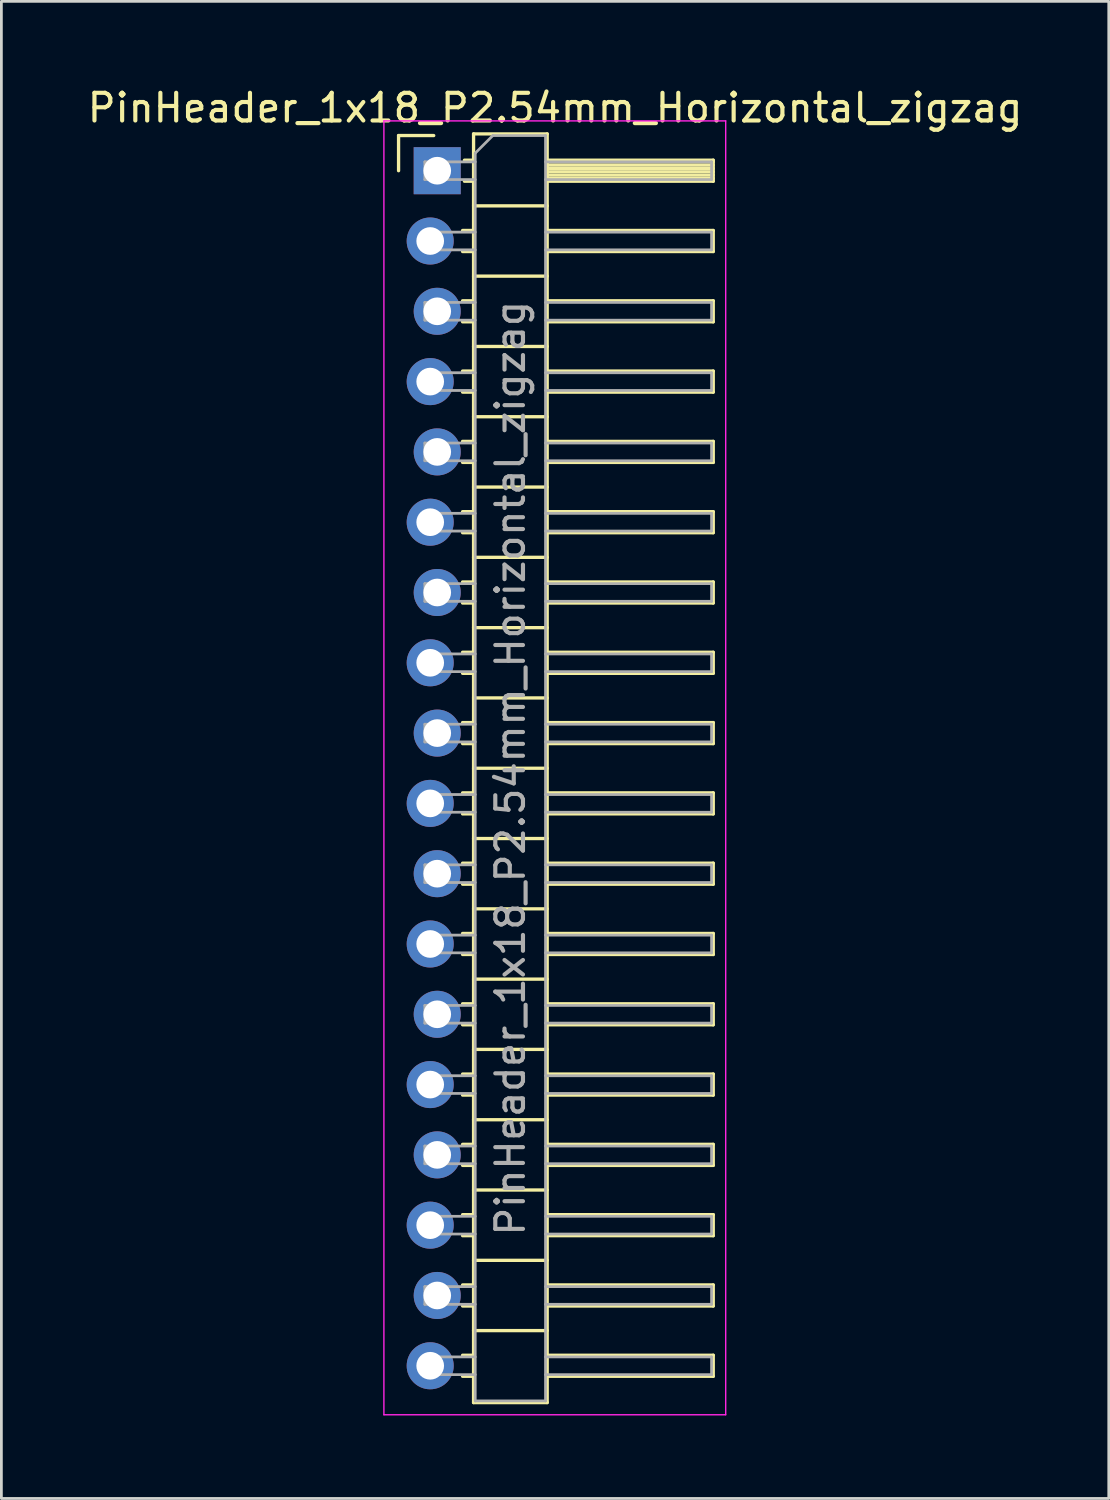
<source format=kicad_pcb>
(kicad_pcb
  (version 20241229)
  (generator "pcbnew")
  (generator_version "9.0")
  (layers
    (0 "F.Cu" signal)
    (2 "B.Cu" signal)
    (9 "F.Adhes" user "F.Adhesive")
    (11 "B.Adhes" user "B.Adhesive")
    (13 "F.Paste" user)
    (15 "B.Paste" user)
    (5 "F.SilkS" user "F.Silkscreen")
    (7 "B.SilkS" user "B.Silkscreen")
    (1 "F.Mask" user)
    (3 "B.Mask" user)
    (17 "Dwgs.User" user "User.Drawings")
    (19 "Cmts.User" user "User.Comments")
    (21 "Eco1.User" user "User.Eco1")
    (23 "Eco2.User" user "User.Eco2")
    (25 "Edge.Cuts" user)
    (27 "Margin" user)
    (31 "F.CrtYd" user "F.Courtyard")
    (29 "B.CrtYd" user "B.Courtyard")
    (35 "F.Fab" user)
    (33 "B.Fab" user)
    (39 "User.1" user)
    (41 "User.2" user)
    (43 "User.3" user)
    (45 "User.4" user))
  (footprint "PinHeader_1x18_P2.54mm_Horizontal_zigzag"
    (layer "F.Cu")
    (at 12.621 3.118)
    (property "Reference" "PinHeader_1x18_P2.54mm_Horizontal_zigzag" (at 4.385 -2.27 0) (layer "F.SilkS") (effects (font (size 1 1) (thickness 0.15))))
    (attr through_hole)
    (fp_line (start -1.27 -1.27) (end 0 -1.27) (stroke (width 0.12) (type solid)) (layer "F.SilkS"))
    (fp_line (start -1.27 0) (end -1.27 -1.27) (stroke (width 0.12) (type solid)) (layer "F.SilkS"))
    (fp_line (start 1.043 2.16) (end 1.44 2.16) (stroke (width 0.12) (type solid)) (layer "F.SilkS"))
    (fp_line (start 1.043 2.92) (end 1.44 2.92) (stroke (width 0.12) (type solid)) (layer "F.SilkS"))
    (fp_line (start 1.043 4.7) (end 1.44 4.7) (stroke (width 0.12) (type solid)) (layer "F.SilkS"))
    (fp_line (start 1.043 5.46) (end 1.44 5.46) (stroke (width 0.12) (type solid)) (layer "F.SilkS"))
    (fp_line (start 1.043 7.24) (end 1.44 7.24) (stroke (width 0.12) (type solid)) (layer "F.SilkS"))
    (fp_line (start 1.043 8) (end 1.44 8) (stroke (width 0.12) (type solid)) (layer "F.SilkS"))
    (fp_line (start 1.043 9.78) (end 1.44 9.78) (stroke (width 0.12) (type solid)) (layer "F.SilkS"))
    (fp_line (start 1.043 10.54) (end 1.44 10.54) (stroke (width 0.12) (type solid)) (layer "F.SilkS"))
    (fp_line (start 1.043 12.32) (end 1.44 12.32) (stroke (width 0.12) (type solid)) (layer "F.SilkS"))
    (fp_line (start 1.043 13.08) (end 1.44 13.08) (stroke (width 0.12) (type solid)) (layer "F.SilkS"))
    (fp_line (start 1.043 14.86) (end 1.44 14.86) (stroke (width 0.12) (type solid)) (layer "F.SilkS"))
    (fp_line (start 1.043 15.62) (end 1.44 15.62) (stroke (width 0.12) (type solid)) (layer "F.SilkS"))
    (fp_line (start 1.043 17.4) (end 1.44 17.4) (stroke (width 0.12) (type solid)) (layer "F.SilkS"))
    (fp_line (start 1.043 18.16) (end 1.44 18.16) (stroke (width 0.12) (type solid)) (layer "F.SilkS"))
    (fp_line (start 1.043 19.94) (end 1.44 19.94) (stroke (width 0.12) (type solid)) (layer "F.SilkS"))
    (fp_line (start 1.043 20.7) (end 1.44 20.7) (stroke (width 0.12) (type solid)) (layer "F.SilkS"))
    (fp_line (start 1.043 22.48) (end 1.44 22.48) (stroke (width 0.12) (type solid)) (layer "F.SilkS"))
    (fp_line (start 1.043 23.24) (end 1.44 23.24) (stroke (width 0.12) (type solid)) (layer "F.SilkS"))
    (fp_line (start 1.043 25.02) (end 1.44 25.02) (stroke (width 0.12) (type solid)) (layer "F.SilkS"))
    (fp_line (start 1.043 25.78) (end 1.44 25.78) (stroke (width 0.12) (type solid)) (layer "F.SilkS"))
    (fp_line (start 1.043 27.56) (end 1.44 27.56) (stroke (width 0.12) (type solid)) (layer "F.SilkS"))
    (fp_line (start 1.043 28.32) (end 1.44 28.32) (stroke (width 0.12) (type solid)) (layer "F.SilkS"))
    (fp_line (start 1.043 30.1) (end 1.44 30.1) (stroke (width 0.12) (type solid)) (layer "F.SilkS"))
    (fp_line (start 1.043 30.86) (end 1.44 30.86) (stroke (width 0.12) (type solid)) (layer "F.SilkS"))
    (fp_line (start 1.043 32.64) (end 1.44 32.64) (stroke (width 0.12) (type solid)) (layer "F.SilkS"))
    (fp_line (start 1.043 33.4) (end 1.44 33.4) (stroke (width 0.12) (type solid)) (layer "F.SilkS"))
    (fp_line (start 1.043 35.18) (end 1.44 35.18) (stroke (width 0.12) (type solid)) (layer "F.SilkS"))
    (fp_line (start 1.043 35.94) (end 1.44 35.94) (stroke (width 0.12) (type solid)) (layer "F.SilkS"))
    (fp_line (start 1.043 37.72) (end 1.44 37.72) (stroke (width 0.12) (type solid)) (layer "F.SilkS"))
    (fp_line (start 1.043 38.48) (end 1.44 38.48) (stroke (width 0.12) (type solid)) (layer "F.SilkS"))
    (fp_line (start 1.043 40.26) (end 1.44 40.26) (stroke (width 0.12) (type solid)) (layer "F.SilkS"))
    (fp_line (start 1.043 41.02) (end 1.44 41.02) (stroke (width 0.12) (type solid)) (layer "F.SilkS"))
    (fp_line (start 1.043 42.8) (end 1.44 42.8) (stroke (width 0.12) (type solid)) (layer "F.SilkS"))
    (fp_line (start 1.043 43.56) (end 1.44 43.56) (stroke (width 0.12) (type solid)) (layer "F.SilkS"))
    (fp_line (start 1.11 -0.38) (end 1.44 -0.38) (stroke (width 0.12) (type solid)) (layer "F.SilkS"))
    (fp_line (start 1.11 0.38) (end 1.44 0.38) (stroke (width 0.12) (type solid)) (layer "F.SilkS"))
    (fp_line (start 1.44 -1.33) (end 1.44 44.51) (stroke (width 0.12) (type solid)) (layer "F.SilkS"))
    (fp_line (start 1.44 1.27) (end 4.1 1.27) (stroke (width 0.12) (type solid)) (layer "F.SilkS"))
    (fp_line (start 1.44 3.81) (end 4.1 3.81) (stroke (width 0.12) (type solid)) (layer "F.SilkS"))
    (fp_line (start 1.44 6.35) (end 4.1 6.35) (stroke (width 0.12) (type solid)) (layer "F.SilkS"))
    (fp_line (start 1.44 8.89) (end 4.1 8.89) (stroke (width 0.12) (type solid)) (layer "F.SilkS"))
    (fp_line (start 1.44 11.43) (end 4.1 11.43) (stroke (width 0.12) (type solid)) (layer "F.SilkS"))
    (fp_line (start 1.44 13.97) (end 4.1 13.97) (stroke (width 0.12) (type solid)) (layer "F.SilkS"))
    (fp_line (start 1.44 16.51) (end 4.1 16.51) (stroke (width 0.12) (type solid)) (layer "F.SilkS"))
    (fp_line (start 1.44 19.05) (end 4.1 19.05) (stroke (width 0.12) (type solid)) (layer "F.SilkS"))
    (fp_line (start 1.44 21.59) (end 4.1 21.59) (stroke (width 0.12) (type solid)) (layer "F.SilkS"))
    (fp_line (start 1.44 24.13) (end 4.1 24.13) (stroke (width 0.12) (type solid)) (layer "F.SilkS"))
    (fp_line (start 1.44 26.67) (end 4.1 26.67) (stroke (width 0.12) (type solid)) (layer "F.SilkS"))
    (fp_line (start 1.44 29.21) (end 4.1 29.21) (stroke (width 0.12) (type solid)) (layer "F.SilkS"))
    (fp_line (start 1.44 31.75) (end 4.1 31.75) (stroke (width 0.12) (type solid)) (layer "F.SilkS"))
    (fp_line (start 1.44 34.29) (end 4.1 34.29) (stroke (width 0.12) (type solid)) (layer "F.SilkS"))
    (fp_line (start 1.44 36.83) (end 4.1 36.83) (stroke (width 0.12) (type solid)) (layer "F.SilkS"))
    (fp_line (start 1.44 39.37) (end 4.1 39.37) (stroke (width 0.12) (type solid)) (layer "F.SilkS"))
    (fp_line (start 1.44 41.91) (end 4.1 41.91) (stroke (width 0.12) (type solid)) (layer "F.SilkS"))
    (fp_line (start 1.44 44.51) (end 4.1 44.51) (stroke (width 0.12) (type solid)) (layer "F.SilkS"))
    (fp_line (start 4.1 -1.33) (end 1.44 -1.33) (stroke (width 0.12) (type solid)) (layer "F.SilkS"))
    (fp_line (start 4.1 -0.38) (end 10.1 -0.38) (stroke (width 0.12) (type solid)) (layer "F.SilkS"))
    (fp_line (start 4.1 -0.32) (end 10.1 -0.32) (stroke (width 0.12) (type solid)) (layer "F.SilkS"))
    (fp_line (start 4.1 -0.2) (end 10.1 -0.2) (stroke (width 0.12) (type solid)) (layer "F.SilkS"))
    (fp_line (start 4.1 -0.08) (end 10.1 -0.08) (stroke (width 0.12) (type solid)) (layer "F.SilkS"))
    (fp_line (start 4.1 0.04) (end 10.1 0.04) (stroke (width 0.12) (type solid)) (layer "F.SilkS"))
    (fp_line (start 4.1 0.16) (end 10.1 0.16) (stroke (width 0.12) (type solid)) (layer "F.SilkS"))
    (fp_line (start 4.1 0.28) (end 10.1 0.28) (stroke (width 0.12) (type solid)) (layer "F.SilkS"))
    (fp_line (start 4.1 2.16) (end 10.1 2.16) (stroke (width 0.12) (type solid)) (layer "F.SilkS"))
    (fp_line (start 4.1 4.7) (end 10.1 4.7) (stroke (width 0.12) (type solid)) (layer "F.SilkS"))
    (fp_line (start 4.1 7.24) (end 10.1 7.24) (stroke (width 0.12) (type solid)) (layer "F.SilkS"))
    (fp_line (start 4.1 9.78) (end 10.1 9.78) (stroke (width 0.12) (type solid)) (layer "F.SilkS"))
    (fp_line (start 4.1 12.32) (end 10.1 12.32) (stroke (width 0.12) (type solid)) (layer "F.SilkS"))
    (fp_line (start 4.1 14.86) (end 10.1 14.86) (stroke (width 0.12) (type solid)) (layer "F.SilkS"))
    (fp_line (start 4.1 17.4) (end 10.1 17.4) (stroke (width 0.12) (type solid)) (layer "F.SilkS"))
    (fp_line (start 4.1 19.94) (end 10.1 19.94) (stroke (width 0.12) (type solid)) (layer "F.SilkS"))
    (fp_line (start 4.1 22.48) (end 10.1 22.48) (stroke (width 0.12) (type solid)) (layer "F.SilkS"))
    (fp_line (start 4.1 25.02) (end 10.1 25.02) (stroke (width 0.12) (type solid)) (layer "F.SilkS"))
    (fp_line (start 4.1 27.56) (end 10.1 27.56) (stroke (width 0.12) (type solid)) (layer "F.SilkS"))
    (fp_line (start 4.1 30.1) (end 10.1 30.1) (stroke (width 0.12) (type solid)) (layer "F.SilkS"))
    (fp_line (start 4.1 32.64) (end 10.1 32.64) (stroke (width 0.12) (type solid)) (layer "F.SilkS"))
    (fp_line (start 4.1 35.18) (end 10.1 35.18) (stroke (width 0.12) (type solid)) (layer "F.SilkS"))
    (fp_line (start 4.1 37.72) (end 10.1 37.72) (stroke (width 0.12) (type solid)) (layer "F.SilkS"))
    (fp_line (start 4.1 40.26) (end 10.1 40.26) (stroke (width 0.12) (type solid)) (layer "F.SilkS"))
    (fp_line (start 4.1 42.8) (end 10.1 42.8) (stroke (width 0.12) (type solid)) (layer "F.SilkS"))
    (fp_line (start 4.1 44.51) (end 4.1 -1.33) (stroke (width 0.12) (type solid)) (layer "F.SilkS"))
    (fp_line (start 10.1 -0.38) (end 10.1 0.38) (stroke (width 0.12) (type solid)) (layer "F.SilkS"))
    (fp_line (start 10.1 0.38) (end 4.1 0.38) (stroke (width 0.12) (type solid)) (layer "F.SilkS"))
    (fp_line (start 10.1 2.16) (end 10.1 2.92) (stroke (width 0.12) (type solid)) (layer "F.SilkS"))
    (fp_line (start 10.1 2.92) (end 4.1 2.92) (stroke (width 0.12) (type solid)) (layer "F.SilkS"))
    (fp_line (start 10.1 4.7) (end 10.1 5.46) (stroke (width 0.12) (type solid)) (layer "F.SilkS"))
    (fp_line (start 10.1 5.46) (end 4.1 5.46) (stroke (width 0.12) (type solid)) (layer "F.SilkS"))
    (fp_line (start 10.1 7.24) (end 10.1 8) (stroke (width 0.12) (type solid)) (layer "F.SilkS"))
    (fp_line (start 10.1 8) (end 4.1 8) (stroke (width 0.12) (type solid)) (layer "F.SilkS"))
    (fp_line (start 10.1 9.78) (end 10.1 10.54) (stroke (width 0.12) (type solid)) (layer "F.SilkS"))
    (fp_line (start 10.1 10.54) (end 4.1 10.54) (stroke (width 0.12) (type solid)) (layer "F.SilkS"))
    (fp_line (start 10.1 12.32) (end 10.1 13.08) (stroke (width 0.12) (type solid)) (layer "F.SilkS"))
    (fp_line (start 10.1 13.08) (end 4.1 13.08) (stroke (width 0.12) (type solid)) (layer "F.SilkS"))
    (fp_line (start 10.1 14.86) (end 10.1 15.62) (stroke (width 0.12) (type solid)) (layer "F.SilkS"))
    (fp_line (start 10.1 15.62) (end 4.1 15.62) (stroke (width 0.12) (type solid)) (layer "F.SilkS"))
    (fp_line (start 10.1 17.4) (end 10.1 18.16) (stroke (width 0.12) (type solid)) (layer "F.SilkS"))
    (fp_line (start 10.1 18.16) (end 4.1 18.16) (stroke (width 0.12) (type solid)) (layer "F.SilkS"))
    (fp_line (start 10.1 19.94) (end 10.1 20.7) (stroke (width 0.12) (type solid)) (layer "F.SilkS"))
    (fp_line (start 10.1 20.7) (end 4.1 20.7) (stroke (width 0.12) (type solid)) (layer "F.SilkS"))
    (fp_line (start 10.1 22.48) (end 10.1 23.24) (stroke (width 0.12) (type solid)) (layer "F.SilkS"))
    (fp_line (start 10.1 23.24) (end 4.1 23.24) (stroke (width 0.12) (type solid)) (layer "F.SilkS"))
    (fp_line (start 10.1 25.02) (end 10.1 25.78) (stroke (width 0.12) (type solid)) (layer "F.SilkS"))
    (fp_line (start 10.1 25.78) (end 4.1 25.78) (stroke (width 0.12) (type solid)) (layer "F.SilkS"))
    (fp_line (start 10.1 27.56) (end 10.1 28.32) (stroke (width 0.12) (type solid)) (layer "F.SilkS"))
    (fp_line (start 10.1 28.32) (end 4.1 28.32) (stroke (width 0.12) (type solid)) (layer "F.SilkS"))
    (fp_line (start 10.1 30.1) (end 10.1 30.86) (stroke (width 0.12) (type solid)) (layer "F.SilkS"))
    (fp_line (start 10.1 30.86) (end 4.1 30.86) (stroke (width 0.12) (type solid)) (layer "F.SilkS"))
    (fp_line (start 10.1 32.64) (end 10.1 33.4) (stroke (width 0.12) (type solid)) (layer "F.SilkS"))
    (fp_line (start 10.1 33.4) (end 4.1 33.4) (stroke (width 0.12) (type solid)) (layer "F.SilkS"))
    (fp_line (start 10.1 35.18) (end 10.1 35.94) (stroke (width 0.12) (type solid)) (layer "F.SilkS"))
    (fp_line (start 10.1 35.94) (end 4.1 35.94) (stroke (width 0.12) (type solid)) (layer "F.SilkS"))
    (fp_line (start 10.1 37.72) (end 10.1 38.48) (stroke (width 0.12) (type solid)) (layer "F.SilkS"))
    (fp_line (start 10.1 38.48) (end 4.1 38.48) (stroke (width 0.12) (type solid)) (layer "F.SilkS"))
    (fp_line (start 10.1 40.26) (end 10.1 41.02) (stroke (width 0.12) (type solid)) (layer "F.SilkS"))
    (fp_line (start 10.1 41.02) (end 4.1 41.02) (stroke (width 0.12) (type solid)) (layer "F.SilkS"))
    (fp_line (start 10.1 42.8) (end 10.1 43.56) (stroke (width 0.12) (type solid)) (layer "F.SilkS"))
    (fp_line (start 10.1 43.56) (end 4.1 43.56) (stroke (width 0.12) (type solid)) (layer "F.SilkS"))
    (fp_line (start -1.8 -1.8) (end -1.8 44.95) (stroke (width 0.05) (type solid)) (layer "F.CrtYd"))
    (fp_line (start -1.8 44.95) (end 10.55 44.95) (stroke (width 0.05) (type solid)) (layer "F.CrtYd"))
    (fp_line (start 10.55 -1.8) (end -1.8 -1.8) (stroke (width 0.05) (type solid)) (layer "F.CrtYd"))
    (fp_line (start 10.55 44.95) (end 10.55 -1.8) (stroke (width 0.05) (type solid)) (layer "F.CrtYd"))
    (fp_line (start -0.32 -0.32) (end -0.32 0.32) (stroke (width 0.1) (type solid)) (layer "F.Fab"))
    (fp_line (start -0.32 -0.32) (end 1.5 -0.32) (stroke (width 0.1) (type solid)) (layer "F.Fab"))
    (fp_line (start -0.32 0.32) (end 1.5 0.32) (stroke (width 0.1) (type solid)) (layer "F.Fab"))
    (fp_line (start -0.32 2.22) (end -0.32 2.86) (stroke (width 0.1) (type solid)) (layer "F.Fab"))
    (fp_line (start -0.32 2.22) (end 1.5 2.22) (stroke (width 0.1) (type solid)) (layer "F.Fab"))
    (fp_line (start -0.32 2.86) (end 1.5 2.86) (stroke (width 0.1) (type solid)) (layer "F.Fab"))
    (fp_line (start -0.32 4.76) (end -0.32 5.4) (stroke (width 0.1) (type solid)) (layer "F.Fab"))
    (fp_line (start -0.32 4.76) (end 1.5 4.76) (stroke (width 0.1) (type solid)) (layer "F.Fab"))
    (fp_line (start -0.32 5.4) (end 1.5 5.4) (stroke (width 0.1) (type solid)) (layer "F.Fab"))
    (fp_line (start -0.32 7.3) (end -0.32 7.94) (stroke (width 0.1) (type solid)) (layer "F.Fab"))
    (fp_line (start -0.32 7.3) (end 1.5 7.3) (stroke (width 0.1) (type solid)) (layer "F.Fab"))
    (fp_line (start -0.32 7.94) (end 1.5 7.94) (stroke (width 0.1) (type solid)) (layer "F.Fab"))
    (fp_line (start -0.32 9.84) (end -0.32 10.48) (stroke (width 0.1) (type solid)) (layer "F.Fab"))
    (fp_line (start -0.32 9.84) (end 1.5 9.84) (stroke (width 0.1) (type solid)) (layer "F.Fab"))
    (fp_line (start -0.32 10.48) (end 1.5 10.48) (stroke (width 0.1) (type solid)) (layer "F.Fab"))
    (fp_line (start -0.32 12.38) (end -0.32 13.02) (stroke (width 0.1) (type solid)) (layer "F.Fab"))
    (fp_line (start -0.32 12.38) (end 1.5 12.38) (stroke (width 0.1) (type solid)) (layer "F.Fab"))
    (fp_line (start -0.32 13.02) (end 1.5 13.02) (stroke (width 0.1) (type solid)) (layer "F.Fab"))
    (fp_line (start -0.32 14.92) (end -0.32 15.56) (stroke (width 0.1) (type solid)) (layer "F.Fab"))
    (fp_line (start -0.32 14.92) (end 1.5 14.92) (stroke (width 0.1) (type solid)) (layer "F.Fab"))
    (fp_line (start -0.32 15.56) (end 1.5 15.56) (stroke (width 0.1) (type solid)) (layer "F.Fab"))
    (fp_line (start -0.32 17.46) (end -0.32 18.1) (stroke (width 0.1) (type solid)) (layer "F.Fab"))
    (fp_line (start -0.32 17.46) (end 1.5 17.46) (stroke (width 0.1) (type solid)) (layer "F.Fab"))
    (fp_line (start -0.32 18.1) (end 1.5 18.1) (stroke (width 0.1) (type solid)) (layer "F.Fab"))
    (fp_line (start -0.32 20) (end -0.32 20.64) (stroke (width 0.1) (type solid)) (layer "F.Fab"))
    (fp_line (start -0.32 20) (end 1.5 20) (stroke (width 0.1) (type solid)) (layer "F.Fab"))
    (fp_line (start -0.32 20.64) (end 1.5 20.64) (stroke (width 0.1) (type solid)) (layer "F.Fab"))
    (fp_line (start -0.32 22.54) (end -0.32 23.18) (stroke (width 0.1) (type solid)) (layer "F.Fab"))
    (fp_line (start -0.32 22.54) (end 1.5 22.54) (stroke (width 0.1) (type solid)) (layer "F.Fab"))
    (fp_line (start -0.32 23.18) (end 1.5 23.18) (stroke (width 0.1) (type solid)) (layer "F.Fab"))
    (fp_line (start -0.32 25.08) (end -0.32 25.72) (stroke (width 0.1) (type solid)) (layer "F.Fab"))
    (fp_line (start -0.32 25.08) (end 1.5 25.08) (stroke (width 0.1) (type solid)) (layer "F.Fab"))
    (fp_line (start -0.32 25.72) (end 1.5 25.72) (stroke (width 0.1) (type solid)) (layer "F.Fab"))
    (fp_line (start -0.32 27.62) (end -0.32 28.26) (stroke (width 0.1) (type solid)) (layer "F.Fab"))
    (fp_line (start -0.32 27.62) (end 1.5 27.62) (stroke (width 0.1) (type solid)) (layer "F.Fab"))
    (fp_line (start -0.32 28.26) (end 1.5 28.26) (stroke (width 0.1) (type solid)) (layer "F.Fab"))
    (fp_line (start -0.32 30.16) (end -0.32 30.8) (stroke (width 0.1) (type solid)) (layer "F.Fab"))
    (fp_line (start -0.32 30.16) (end 1.5 30.16) (stroke (width 0.1) (type solid)) (layer "F.Fab"))
    (fp_line (start -0.32 30.8) (end 1.5 30.8) (stroke (width 0.1) (type solid)) (layer "F.Fab"))
    (fp_line (start -0.32 32.7) (end -0.32 33.34) (stroke (width 0.1) (type solid)) (layer "F.Fab"))
    (fp_line (start -0.32 32.7) (end 1.5 32.7) (stroke (width 0.1) (type solid)) (layer "F.Fab"))
    (fp_line (start -0.32 33.34) (end 1.5 33.34) (stroke (width 0.1) (type solid)) (layer "F.Fab"))
    (fp_line (start -0.32 35.24) (end -0.32 35.88) (stroke (width 0.1) (type solid)) (layer "F.Fab"))
    (fp_line (start -0.32 35.24) (end 1.5 35.24) (stroke (width 0.1) (type solid)) (layer "F.Fab"))
    (fp_line (start -0.32 35.88) (end 1.5 35.88) (stroke (width 0.1) (type solid)) (layer "F.Fab"))
    (fp_line (start -0.32 37.78) (end -0.32 38.42) (stroke (width 0.1) (type solid)) (layer "F.Fab"))
    (fp_line (start -0.32 37.78) (end 1.5 37.78) (stroke (width 0.1) (type solid)) (layer "F.Fab"))
    (fp_line (start -0.32 38.42) (end 1.5 38.42) (stroke (width 0.1) (type solid)) (layer "F.Fab"))
    (fp_line (start -0.32 40.32) (end -0.32 40.96) (stroke (width 0.1) (type solid)) (layer "F.Fab"))
    (fp_line (start -0.32 40.32) (end 1.5 40.32) (stroke (width 0.1) (type solid)) (layer "F.Fab"))
    (fp_line (start -0.32 40.96) (end 1.5 40.96) (stroke (width 0.1) (type solid)) (layer "F.Fab"))
    (fp_line (start -0.32 42.86) (end -0.32 43.5) (stroke (width 0.1) (type solid)) (layer "F.Fab"))
    (fp_line (start -0.32 42.86) (end 1.5 42.86) (stroke (width 0.1) (type solid)) (layer "F.Fab"))
    (fp_line (start -0.32 43.5) (end 1.5 43.5) (stroke (width 0.1) (type solid)) (layer "F.Fab"))
    (fp_line (start 1.5 -0.635) (end 2.135 -1.27) (stroke (width 0.1) (type solid)) (layer "F.Fab"))
    (fp_line (start 1.5 44.45) (end 1.5 -0.635) (stroke (width 0.1) (type solid)) (layer "F.Fab"))
    (fp_line (start 2.135 -1.27) (end 4.04 -1.27) (stroke (width 0.1) (type solid)) (layer "F.Fab"))
    (fp_line (start 4.04 -1.27) (end 4.04 44.45) (stroke (width 0.1) (type solid)) (layer "F.Fab"))
    (fp_line (start 4.04 -0.32) (end 10.04 -0.32) (stroke (width 0.1) (type solid)) (layer "F.Fab"))
    (fp_line (start 4.04 0.32) (end 10.04 0.32) (stroke (width 0.1) (type solid)) (layer "F.Fab"))
    (fp_line (start 4.04 2.22) (end 10.04 2.22) (stroke (width 0.1) (type solid)) (layer "F.Fab"))
    (fp_line (start 4.04 2.86) (end 10.04 2.86) (stroke (width 0.1) (type solid)) (layer "F.Fab"))
    (fp_line (start 4.04 4.76) (end 10.04 4.76) (stroke (width 0.1) (type solid)) (layer "F.Fab"))
    (fp_line (start 4.04 5.4) (end 10.04 5.4) (stroke (width 0.1) (type solid)) (layer "F.Fab"))
    (fp_line (start 4.04 7.3) (end 10.04 7.3) (stroke (width 0.1) (type solid)) (layer "F.Fab"))
    (fp_line (start 4.04 7.94) (end 10.04 7.94) (stroke (width 0.1) (type solid)) (layer "F.Fab"))
    (fp_line (start 4.04 9.84) (end 10.04 9.84) (stroke (width 0.1) (type solid)) (layer "F.Fab"))
    (fp_line (start 4.04 10.48) (end 10.04 10.48) (stroke (width 0.1) (type solid)) (layer "F.Fab"))
    (fp_line (start 4.04 12.38) (end 10.04 12.38) (stroke (width 0.1) (type solid)) (layer "F.Fab"))
    (fp_line (start 4.04 13.02) (end 10.04 13.02) (stroke (width 0.1) (type solid)) (layer "F.Fab"))
    (fp_line (start 4.04 14.92) (end 10.04 14.92) (stroke (width 0.1) (type solid)) (layer "F.Fab"))
    (fp_line (start 4.04 15.56) (end 10.04 15.56) (stroke (width 0.1) (type solid)) (layer "F.Fab"))
    (fp_line (start 4.04 17.46) (end 10.04 17.46) (stroke (width 0.1) (type solid)) (layer "F.Fab"))
    (fp_line (start 4.04 18.1) (end 10.04 18.1) (stroke (width 0.1) (type solid)) (layer "F.Fab"))
    (fp_line (start 4.04 20) (end 10.04 20) (stroke (width 0.1) (type solid)) (layer "F.Fab"))
    (fp_line (start 4.04 20.64) (end 10.04 20.64) (stroke (width 0.1) (type solid)) (layer "F.Fab"))
    (fp_line (start 4.04 22.54) (end 10.04 22.54) (stroke (width 0.1) (type solid)) (layer "F.Fab"))
    (fp_line (start 4.04 23.18) (end 10.04 23.18) (stroke (width 0.1) (type solid)) (layer "F.Fab"))
    (fp_line (start 4.04 25.08) (end 10.04 25.08) (stroke (width 0.1) (type solid)) (layer "F.Fab"))
    (fp_line (start 4.04 25.72) (end 10.04 25.72) (stroke (width 0.1) (type solid)) (layer "F.Fab"))
    (fp_line (start 4.04 27.62) (end 10.04 27.62) (stroke (width 0.1) (type solid)) (layer "F.Fab"))
    (fp_line (start 4.04 28.26) (end 10.04 28.26) (stroke (width 0.1) (type solid)) (layer "F.Fab"))
    (fp_line (start 4.04 30.16) (end 10.04 30.16) (stroke (width 0.1) (type solid)) (layer "F.Fab"))
    (fp_line (start 4.04 30.8) (end 10.04 30.8) (stroke (width 0.1) (type solid)) (layer "F.Fab"))
    (fp_line (start 4.04 32.7) (end 10.04 32.7) (stroke (width 0.1) (type solid)) (layer "F.Fab"))
    (fp_line (start 4.04 33.34) (end 10.04 33.34) (stroke (width 0.1) (type solid)) (layer "F.Fab"))
    (fp_line (start 4.04 35.24) (end 10.04 35.24) (stroke (width 0.1) (type solid)) (layer "F.Fab"))
    (fp_line (start 4.04 35.88) (end 10.04 35.88) (stroke (width 0.1) (type solid)) (layer "F.Fab"))
    (fp_line (start 4.04 37.78) (end 10.04 37.78) (stroke (width 0.1) (type solid)) (layer "F.Fab"))
    (fp_line (start 4.04 38.42) (end 10.04 38.42) (stroke (width 0.1) (type solid)) (layer "F.Fab"))
    (fp_line (start 4.04 40.32) (end 10.04 40.32) (stroke (width 0.1) (type solid)) (layer "F.Fab"))
    (fp_line (start 4.04 40.96) (end 10.04 40.96) (stroke (width 0.1) (type solid)) (layer "F.Fab"))
    (fp_line (start 4.04 42.86) (end 10.04 42.86) (stroke (width 0.1) (type solid)) (layer "F.Fab"))
    (fp_line (start 4.04 43.5) (end 10.04 43.5) (stroke (width 0.1) (type solid)) (layer "F.Fab"))
    (fp_line (start 4.04 44.45) (end 1.5 44.45) (stroke (width 0.1) (type solid)) (layer "F.Fab"))
    (fp_line (start 10.04 -0.32) (end 10.04 0.32) (stroke (width 0.1) (type solid)) (layer "F.Fab"))
    (fp_line (start 10.04 2.22) (end 10.04 2.86) (stroke (width 0.1) (type solid)) (layer "F.Fab"))
    (fp_line (start 10.04 4.76) (end 10.04 5.4) (stroke (width 0.1) (type solid)) (layer "F.Fab"))
    (fp_line (start 10.04 7.3) (end 10.04 7.94) (stroke (width 0.1) (type solid)) (layer "F.Fab"))
    (fp_line (start 10.04 9.84) (end 10.04 10.48) (stroke (width 0.1) (type solid)) (layer "F.Fab"))
    (fp_line (start 10.04 12.38) (end 10.04 13.02) (stroke (width 0.1) (type solid)) (layer "F.Fab"))
    (fp_line (start 10.04 14.92) (end 10.04 15.56) (stroke (width 0.1) (type solid)) (layer "F.Fab"))
    (fp_line (start 10.04 17.46) (end 10.04 18.1) (stroke (width 0.1) (type solid)) (layer "F.Fab"))
    (fp_line (start 10.04 20) (end 10.04 20.64) (stroke (width 0.1) (type solid)) (layer "F.Fab"))
    (fp_line (start 10.04 22.54) (end 10.04 23.18) (stroke (width 0.1) (type solid)) (layer "F.Fab"))
    (fp_line (start 10.04 25.08) (end 10.04 25.72) (stroke (width 0.1) (type solid)) (layer "F.Fab"))
    (fp_line (start 10.04 27.62) (end 10.04 28.26) (stroke (width 0.1) (type solid)) (layer "F.Fab"))
    (fp_line (start 10.04 30.16) (end 10.04 30.8) (stroke (width 0.1) (type solid)) (layer "F.Fab"))
    (fp_line (start 10.04 32.7) (end 10.04 33.34) (stroke (width 0.1) (type solid)) (layer "F.Fab"))
    (fp_line (start 10.04 35.24) (end 10.04 35.88) (stroke (width 0.1) (type solid)) (layer "F.Fab"))
    (fp_line (start 10.04 37.78) (end 10.04 38.42) (stroke (width 0.1) (type solid)) (layer "F.Fab"))
    (fp_line (start 10.04 40.32) (end 10.04 40.96) (stroke (width 0.1) (type solid)) (layer "F.Fab"))
    (fp_line (start 10.04 42.86) (end 10.04 43.5) (stroke (width 0.1) (type solid)) (layer "F.Fab"))
    (fp_text user "${REFERENCE}" (at 2.77 21.59 90) (layer "F.Fab") (effects (font (size 1 1) (thickness 0.15))))
    (pad "1" thru_hole rect (at 0.127 0) (size 1.7 1.7) (drill 1) (layers "*.Cu" "*.Mask"))
    (pad "2" thru_hole oval (at -0.127 2.54) (size 1.7 1.7) (drill 1) (layers "*.Cu" "*.Mask"))
    (pad "3" thru_hole oval (at 0.127 5.08) (size 1.7 1.7) (drill 1) (layers "*.Cu" "*.Mask"))
    (pad "4" thru_hole oval (at -0.127 7.62) (size 1.7 1.7) (drill 1) (layers "*.Cu" "*.Mask"))
    (pad "5" thru_hole oval (at 0.127 10.16) (size 1.7 1.7) (drill 1) (layers "*.Cu" "*.Mask"))
    (pad "6" thru_hole oval (at -0.127 12.7) (size 1.7 1.7) (drill 1) (layers "*.Cu" "*.Mask"))
    (pad "7" thru_hole oval (at 0.127 15.24) (size 1.7 1.7) (drill 1) (layers "*.Cu" "*.Mask"))
    (pad "8" thru_hole oval (at -0.127 17.78) (size 1.7 1.7) (drill 1) (layers "*.Cu" "*.Mask"))
    (pad "9" thru_hole oval (at 0.127 20.32) (size 1.7 1.7) (drill 1) (layers "*.Cu" "*.Mask"))
    (pad "10" thru_hole oval (at -0.127 22.86) (size 1.7 1.7) (drill 1) (layers "*.Cu" "*.Mask"))
    (pad "11" thru_hole oval (at 0.127 25.4) (size 1.7 1.7) (drill 1) (layers "*.Cu" "*.Mask"))
    (pad "12" thru_hole oval (at -0.127 27.94) (size 1.7 1.7) (drill 1) (layers "*.Cu" "*.Mask"))
    (pad "13" thru_hole oval (at 0.127 30.48) (size 1.7 1.7) (drill 1) (layers "*.Cu" "*.Mask"))
    (pad "14" thru_hole oval (at -0.127 33.02) (size 1.7 1.7) (drill 1) (layers "*.Cu" "*.Mask"))
    (pad "15" thru_hole oval (at 0.127 35.56) (size 1.7 1.7) (drill 1) (layers "*.Cu" "*.Mask"))
    (pad "16" thru_hole oval (at -0.127 38.1) (size 1.7 1.7) (drill 1) (layers "*.Cu" "*.Mask"))
    (pad "17" thru_hole oval (at 0.127 40.64) (size 1.7 1.7) (drill 1) (layers "*.Cu" "*.Mask"))
    (pad "18" thru_hole oval (at -0.127 43.18) (size 1.7 1.7) (drill 1) (layers "*.Cu" "*.Mask")))
  (gr_rect
    (start -3 -3)
    (end 37.012 51.093)
    (stroke (width 0.1) (type default))
    (fill no)
    (layer "Edge.Cuts")))
</source>
